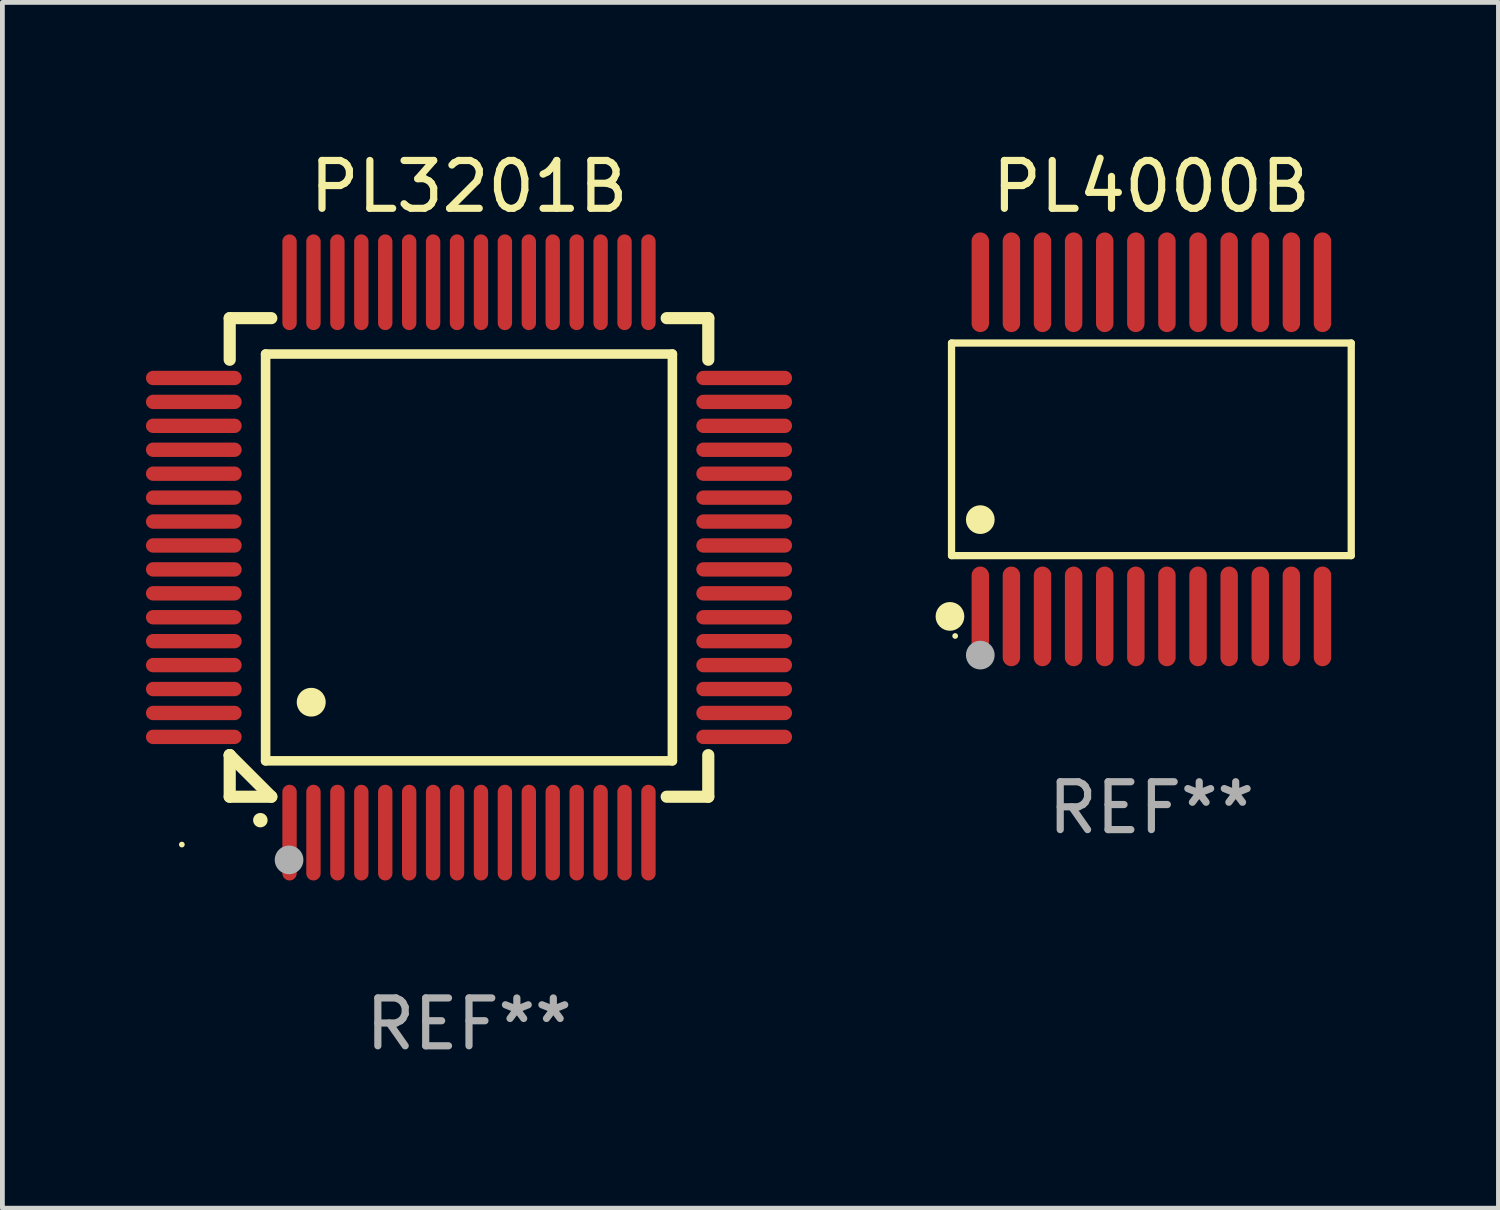
<source format=kicad_pcb>
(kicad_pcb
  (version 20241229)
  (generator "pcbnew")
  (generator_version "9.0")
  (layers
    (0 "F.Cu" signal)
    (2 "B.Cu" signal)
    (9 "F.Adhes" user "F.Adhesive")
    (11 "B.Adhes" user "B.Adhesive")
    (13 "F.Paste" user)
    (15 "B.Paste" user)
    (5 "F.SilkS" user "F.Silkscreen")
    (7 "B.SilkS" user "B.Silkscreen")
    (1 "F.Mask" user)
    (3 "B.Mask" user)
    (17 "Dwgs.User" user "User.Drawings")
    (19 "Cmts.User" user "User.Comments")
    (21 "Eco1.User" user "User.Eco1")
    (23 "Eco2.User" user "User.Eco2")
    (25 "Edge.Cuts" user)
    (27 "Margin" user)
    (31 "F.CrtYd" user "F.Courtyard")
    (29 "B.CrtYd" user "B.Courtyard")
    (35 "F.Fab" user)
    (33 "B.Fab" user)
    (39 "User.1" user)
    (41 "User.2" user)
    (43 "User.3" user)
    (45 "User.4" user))
  (footprint "PL3201B"
    (layer "F.Cu")
    (at 6.75 8.598)
    (property "Reference" "PL3201B" (at 0 -7.75 0) (layer "F.SilkS") (effects (font (size 1 1) (thickness 0.15))))
    (attr through_hole)
    (fp_line (start -5 -5) (end -4.131 -5) (stroke (width 0.254) (type solid)) (layer "F.SilkS"))
    (fp_line (start -5 -4.131) (end -5 -5) (stroke (width 0.254) (type solid)) (layer "F.SilkS"))
    (fp_line (start -5 4.131) (end -5 4.131) (stroke (width 0.254) (type solid)) (layer "F.SilkS"))
    (fp_line (start -5 5) (end -5 4.131) (stroke (width 0.254) (type solid)) (layer "F.SilkS"))
    (fp_line (start -5 4.131) (end -4.131 5) (stroke (width 0.254) (type solid)) (layer "F.SilkS"))
    (fp_line (start -4.25 -4.25) (end -4.25 4.25) (stroke (width 0.2) (type solid)) (layer "F.SilkS"))
    (fp_line (start -4.25 4.25) (end 4.25 4.25) (stroke (width 0.2) (type solid)) (layer "F.SilkS"))
    (fp_line (start -4.131 5) (end -5 5) (stroke (width 0.254) (type solid)) (layer "F.SilkS"))
    (fp_line (start 4.25 -4.25) (end -4.25 -4.25) (stroke (width 0.2) (type solid)) (layer "F.SilkS"))
    (fp_line (start 4.25 4.25) (end 4.25 -4.25) (stroke (width 0.2) (type solid)) (layer "F.SilkS"))
    (fp_line (start 5 -5) (end 4.131 -5) (stroke (width 0.254) (type solid)) (layer "F.SilkS"))
    (fp_line (start 5 -5) (end 5 -4.131) (stroke (width 0.254) (type solid)) (layer "F.SilkS"))
    (fp_line (start 5 4.131) (end 5 5) (stroke (width 0.254) (type solid)) (layer "F.SilkS"))
    (fp_line (start 5 5) (end 4.131 5) (stroke (width 0.254) (type solid)) (layer "F.SilkS"))
    (fp_arc (start -4.361265 5.489992) (mid -4.359995 5.489987) (end -4.358725 5.489992) (stroke (width 0.3) (type solid)) (layer "F.SilkS"))
    (fp_arc (start -3.299467 3.025146) (mid -3.296927 3.025135) (end -3.294387 3.025146) (stroke (width 0.6) (type solid)) (layer "F.SilkS"))
    (fp_circle (center -6 6) (end -5.97 6) (stroke (width 0.06) (type solid)) (fill no) (layer "F.SilkS"))
    (fp_circle (center -3.76 6.32) (end -3.61 6.32) (stroke (width 0.3) (type solid)) (fill no) (layer "F.Fab"))
    (fp_text user "REF**" (at 0 9.75 0) (layer "F.Fab") (effects (font (size 1 1) (thickness 0.15))))
    (pad "1" smd oval (at -3.75 5.75) (size 0.3 2) (layers "F.Cu" "F.Mask" "F.Paste"))
    (pad "2" smd oval (at -3.25 5.75) (size 0.3 2) (layers "F.Cu" "F.Mask" "F.Paste"))
    (pad "3" smd oval (at -2.75 5.75) (size 0.3 2) (layers "F.Cu" "F.Mask" "F.Paste"))
    (pad "4" smd oval (at -2.25 5.75) (size 0.3 2) (layers "F.Cu" "F.Mask" "F.Paste"))
    (pad "5" smd oval (at -1.75 5.75) (size 0.3 2) (layers "F.Cu" "F.Mask" "F.Paste"))
    (pad "6" smd oval (at -1.25 5.75) (size 0.3 2) (layers "F.Cu" "F.Mask" "F.Paste"))
    (pad "7" smd oval (at -0.75 5.75) (size 0.3 2) (layers "F.Cu" "F.Mask" "F.Paste"))
    (pad "8" smd oval (at -0.25 5.75) (size 0.3 2) (layers "F.Cu" "F.Mask" "F.Paste"))
    (pad "9" smd oval (at 0.25 5.75) (size 0.3 2) (layers "F.Cu" "F.Mask" "F.Paste"))
    (pad "10" smd oval (at 0.75 5.75) (size 0.3 2) (layers "F.Cu" "F.Mask" "F.Paste"))
    (pad "11" smd oval (at 1.25 5.75) (size 0.3 2) (layers "F.Cu" "F.Mask" "F.Paste"))
    (pad "12" smd oval (at 1.75 5.75) (size 0.3 2) (layers "F.Cu" "F.Mask" "F.Paste"))
    (pad "13" smd oval (at 2.25 5.75) (size 0.3 2) (layers "F.Cu" "F.Mask" "F.Paste"))
    (pad "14" smd oval (at 2.75 5.75) (size 0.3 2) (layers "F.Cu" "F.Mask" "F.Paste"))
    (pad "15" smd oval (at 3.25 5.75) (size 0.3 2) (layers "F.Cu" "F.Mask" "F.Paste"))
    (pad "16" smd oval (at 3.75 5.75) (size 0.3 2) (layers "F.Cu" "F.Mask" "F.Paste"))
    (pad "17" smd oval (at 5.75 3.75) (size 2 0.3) (layers "F.Cu" "F.Mask" "F.Paste"))
    (pad "18" smd oval (at 5.75 3.25) (size 2 0.3) (layers "F.Cu" "F.Mask" "F.Paste"))
    (pad "19" smd oval (at 5.75 2.75) (size 2 0.3) (layers "F.Cu" "F.Mask" "F.Paste"))
    (pad "20" smd oval (at 5.75 2.25) (size 2 0.3) (layers "F.Cu" "F.Mask" "F.Paste"))
    (pad "21" smd oval (at 5.75 1.75) (size 2 0.3) (layers "F.Cu" "F.Mask" "F.Paste"))
    (pad "22" smd oval (at 5.75 1.25) (size 2 0.3) (layers "F.Cu" "F.Mask" "F.Paste"))
    (pad "23" smd oval (at 5.75 0.75) (size 2 0.3) (layers "F.Cu" "F.Mask" "F.Paste"))
    (pad "24" smd oval (at 5.75 0.25) (size 2 0.3) (layers "F.Cu" "F.Mask" "F.Paste"))
    (pad "25" smd oval (at 5.75 -0.25) (size 2 0.3) (layers "F.Cu" "F.Mask" "F.Paste"))
    (pad "26" smd oval (at 5.75 -0.75) (size 2 0.3) (layers "F.Cu" "F.Mask" "F.Paste"))
    (pad "27" smd oval (at 5.75 -1.25) (size 2 0.3) (layers "F.Cu" "F.Mask" "F.Paste"))
    (pad "28" smd oval (at 5.75 -1.75) (size 2 0.3) (layers "F.Cu" "F.Mask" "F.Paste"))
    (pad "29" smd oval (at 5.75 -2.25) (size 2 0.3) (layers "F.Cu" "F.Mask" "F.Paste"))
    (pad "30" smd oval (at 5.75 -2.75) (size 2 0.3) (layers "F.Cu" "F.Mask" "F.Paste"))
    (pad "31" smd oval (at 5.75 -3.25) (size 2 0.3) (layers "F.Cu" "F.Mask" "F.Paste"))
    (pad "32" smd oval (at 5.75 -3.75) (size 2 0.3) (layers "F.Cu" "F.Mask" "F.Paste"))
    (pad "33" smd oval (at 3.75 -5.75) (size 0.3 2) (layers "F.Cu" "F.Mask" "F.Paste"))
    (pad "34" smd oval (at 3.25 -5.75) (size 0.3 2) (layers "F.Cu" "F.Mask" "F.Paste"))
    (pad "35" smd oval (at 2.75 -5.75) (size 0.3 2) (layers "F.Cu" "F.Mask" "F.Paste"))
    (pad "36" smd oval (at 2.25 -5.75) (size 0.3 2) (layers "F.Cu" "F.Mask" "F.Paste"))
    (pad "37" smd oval (at 1.75 -5.75) (size 0.3 2) (layers "F.Cu" "F.Mask" "F.Paste"))
    (pad "38" smd oval (at 1.25 -5.75) (size 0.3 2) (layers "F.Cu" "F.Mask" "F.Paste"))
    (pad "39" smd oval (at 0.75 -5.75) (size 0.3 2) (layers "F.Cu" "F.Mask" "F.Paste"))
    (pad "40" smd oval (at 0.25 -5.75) (size 0.3 2) (layers "F.Cu" "F.Mask" "F.Paste"))
    (pad "41" smd oval (at -0.25 -5.75) (size 0.3 2) (layers "F.Cu" "F.Mask" "F.Paste"))
    (pad "42" smd oval (at -0.75 -5.75) (size 0.3 2) (layers "F.Cu" "F.Mask" "F.Paste"))
    (pad "43" smd oval (at -1.25 -5.75) (size 0.3 2) (layers "F.Cu" "F.Mask" "F.Paste"))
    (pad "44" smd oval (at -1.75 -5.75) (size 0.3 2) (layers "F.Cu" "F.Mask" "F.Paste"))
    (pad "45" smd oval (at -2.25 -5.75) (size 0.3 2) (layers "F.Cu" "F.Mask" "F.Paste"))
    (pad "46" smd oval (at -2.75 -5.75) (size 0.3 2) (layers "F.Cu" "F.Mask" "F.Paste"))
    (pad "47" smd oval (at -3.25 -5.75) (size 0.3 2) (layers "F.Cu" "F.Mask" "F.Paste"))
    (pad "48" smd oval (at -3.75 -5.75) (size 0.3 2) (layers "F.Cu" "F.Mask" "F.Paste"))
    (pad "49" smd oval (at -5.75 -3.75) (size 2 0.3) (layers "F.Cu" "F.Mask" "F.Paste"))
    (pad "50" smd oval (at -5.75 -3.25) (size 2 0.3) (layers "F.Cu" "F.Mask" "F.Paste"))
    (pad "51" smd oval (at -5.75 -2.75) (size 2 0.3) (layers "F.Cu" "F.Mask" "F.Paste"))
    (pad "52" smd oval (at -5.75 -2.25) (size 2 0.3) (layers "F.Cu" "F.Mask" "F.Paste"))
    (pad "53" smd oval (at -5.75 -1.75) (size 2 0.3) (layers "F.Cu" "F.Mask" "F.Paste"))
    (pad "54" smd oval (at -5.75 -1.25) (size 2 0.3) (layers "F.Cu" "F.Mask" "F.Paste"))
    (pad "55" smd oval (at -5.75 -0.75) (size 2 0.3) (layers "F.Cu" "F.Mask" "F.Paste"))
    (pad "56" smd oval (at -5.75 -0.25) (size 2 0.3) (layers "F.Cu" "F.Mask" "F.Paste"))
    (pad "57" smd oval (at -5.75 0.25) (size 2 0.3) (layers "F.Cu" "F.Mask" "F.Paste"))
    (pad "58" smd oval (at -5.75 0.75) (size 2 0.3) (layers "F.Cu" "F.Mask" "F.Paste"))
    (pad "59" smd oval (at -5.75 1.25) (size 2 0.3) (layers "F.Cu" "F.Mask" "F.Paste"))
    (pad "60" smd oval (at -5.75 1.75) (size 2 0.3) (layers "F.Cu" "F.Mask" "F.Paste"))
    (pad "61" smd oval (at -5.75 2.25) (size 2 0.3) (layers "F.Cu" "F.Mask" "F.Paste"))
    (pad "62" smd oval (at -5.75 2.75) (size 2 0.3) (layers "F.Cu" "F.Mask" "F.Paste"))
    (pad "63" smd oval (at -5.75 3.25) (size 2 0.3) (layers "F.Cu" "F.Mask" "F.Paste"))
    (pad "64" smd oval (at -5.75 3.75) (size 2 0.3) (layers "F.Cu" "F.Mask" "F.Paste")))
  (footprint "PL4000B"
    (layer "F.Cu")
    (at 21.009 6.339)
    (property "Reference" "PL4000B" (at 0 -5.491 0) (layer "F.SilkS") (effects (font (size 1 1) (thickness 0.15))))
    (attr through_hole)
    (fp_line (start -4.176 -2.221) (end 4.176 -2.221) (stroke (width 0.152) (type solid)) (layer "F.SilkS"))
    (fp_line (start -4.176 2.221) (end -4.176 -2.221) (stroke (width 0.152) (type solid)) (layer "F.SilkS"))
    (fp_line (start 4.176 -2.221) (end 4.176 2.221) (stroke (width 0.152) (type solid)) (layer "F.SilkS"))
    (fp_line (start 4.176 2.221) (end -4.176 2.221) (stroke (width 0.152) (type solid)) (layer "F.SilkS"))
    (fp_circle (center -4.209 3.491) (end -4.059 3.491) (stroke (width 0.3) (type solid)) (fill no) (layer "F.SilkS"))
    (fp_circle (center -4.1 3.9) (end -4.07 3.9) (stroke (width 0.06) (type solid)) (fill no) (layer "F.SilkS"))
    (fp_circle (center -3.575 1.469) (end -3.425 1.469) (stroke (width 0.3) (type solid)) (fill no) (layer "F.SilkS"))
    (fp_circle (center -3.575 4.3) (end -3.425 4.3) (stroke (width 0.3) (type solid)) (fill no) (layer "F.Fab"))
    (fp_text user "REF**" (at 0 7.491 0) (layer "F.Fab") (effects (font (size 1 1) (thickness 0.15))))
    (pad "1" smd oval (at -3.575 3.491) (size 0.364 2.082) (layers "F.Cu" "F.Mask" "F.Paste"))
    (pad "2" smd oval (at -2.925 3.491) (size 0.364 2.082) (layers "F.Cu" "F.Mask" "F.Paste"))
    (pad "3" smd oval (at -2.275 3.491) (size 0.364 2.082) (layers "F.Cu" "F.Mask" "F.Paste"))
    (pad "4" smd oval (at -1.625 3.491) (size 0.364 2.082) (layers "F.Cu" "F.Mask" "F.Paste"))
    (pad "5" smd oval (at -0.975 3.491) (size 0.364 2.082) (layers "F.Cu" "F.Mask" "F.Paste"))
    (pad "6" smd oval (at -0.325 3.491) (size 0.364 2.082) (layers "F.Cu" "F.Mask" "F.Paste"))
    (pad "7" smd oval (at 0.325 3.491) (size 0.364 2.082) (layers "F.Cu" "F.Mask" "F.Paste"))
    (pad "8" smd oval (at 0.975 3.491) (size 0.364 2.082) (layers "F.Cu" "F.Mask" "F.Paste"))
    (pad "9" smd oval (at 1.625 3.491) (size 0.364 2.082) (layers "F.Cu" "F.Mask" "F.Paste"))
    (pad "10" smd oval (at 2.275 3.491) (size 0.364 2.082) (layers "F.Cu" "F.Mask" "F.Paste"))
    (pad "11" smd oval (at 2.925 3.491) (size 0.364 2.082) (layers "F.Cu" "F.Mask" "F.Paste"))
    (pad "12" smd oval (at 3.575 3.491) (size 0.364 2.082) (layers "F.Cu" "F.Mask" "F.Paste"))
    (pad "13" smd oval (at 3.575 -3.491) (size 0.364 2.082) (layers "F.Cu" "F.Mask" "F.Paste"))
    (pad "14" smd oval (at 2.925 -3.491) (size 0.364 2.082) (layers "F.Cu" "F.Mask" "F.Paste"))
    (pad "15" smd oval (at 2.275 -3.491) (size 0.364 2.082) (layers "F.Cu" "F.Mask" "F.Paste"))
    (pad "16" smd oval (at 1.625 -3.491) (size 0.364 2.082) (layers "F.Cu" "F.Mask" "F.Paste"))
    (pad "17" smd oval (at 0.975 -3.491) (size 0.364 2.082) (layers "F.Cu" "F.Mask" "F.Paste"))
    (pad "18" smd oval (at 0.325 -3.491) (size 0.364 2.082) (layers "F.Cu" "F.Mask" "F.Paste"))
    (pad "19" smd oval (at -0.325 -3.491) (size 0.364 2.082) (layers "F.Cu" "F.Mask" "F.Paste"))
    (pad "20" smd oval (at -0.975 -3.491) (size 0.364 2.082) (layers "F.Cu" "F.Mask" "F.Paste"))
    (pad "21" smd oval (at -1.625 -3.491) (size 0.364 2.082) (layers "F.Cu" "F.Mask" "F.Paste"))
    (pad "22" smd oval (at -2.275 -3.491) (size 0.364 2.082) (layers "F.Cu" "F.Mask" "F.Paste"))
    (pad "23" smd oval (at -2.925 -3.491) (size 0.364 2.082) (layers "F.Cu" "F.Mask" "F.Paste"))
    (pad "24" smd oval (at -3.575 -3.491) (size 0.364 2.082) (layers "F.Cu" "F.Mask" "F.Paste")))
  (gr_rect
    (start -3 -3)
    (end 28.261 22.196)
    (stroke (width 0.1) (type default))
    (fill no)
    (layer "Edge.Cuts")))
</source>
